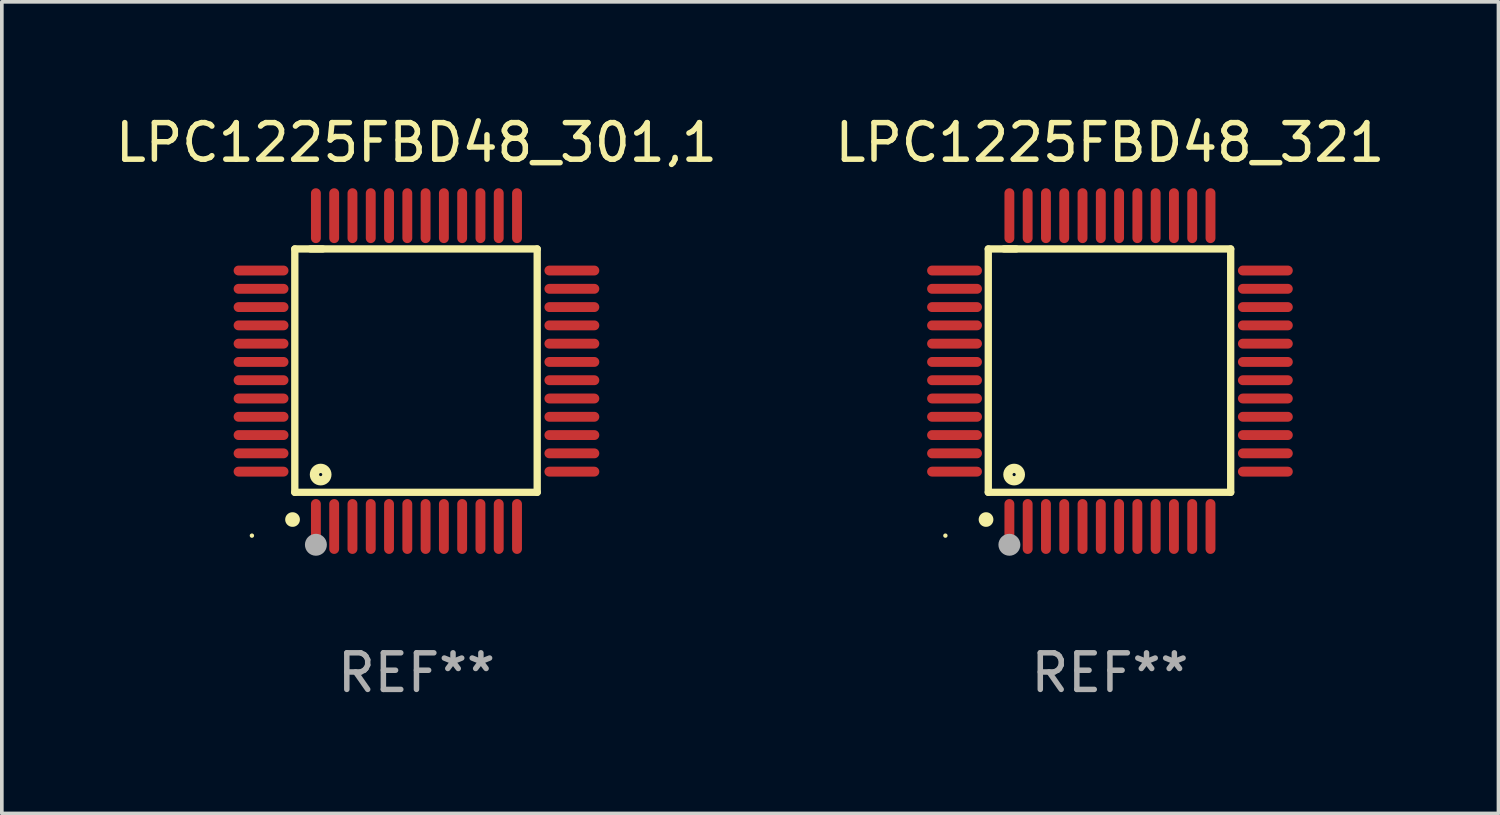
<source format=kicad_pcb>
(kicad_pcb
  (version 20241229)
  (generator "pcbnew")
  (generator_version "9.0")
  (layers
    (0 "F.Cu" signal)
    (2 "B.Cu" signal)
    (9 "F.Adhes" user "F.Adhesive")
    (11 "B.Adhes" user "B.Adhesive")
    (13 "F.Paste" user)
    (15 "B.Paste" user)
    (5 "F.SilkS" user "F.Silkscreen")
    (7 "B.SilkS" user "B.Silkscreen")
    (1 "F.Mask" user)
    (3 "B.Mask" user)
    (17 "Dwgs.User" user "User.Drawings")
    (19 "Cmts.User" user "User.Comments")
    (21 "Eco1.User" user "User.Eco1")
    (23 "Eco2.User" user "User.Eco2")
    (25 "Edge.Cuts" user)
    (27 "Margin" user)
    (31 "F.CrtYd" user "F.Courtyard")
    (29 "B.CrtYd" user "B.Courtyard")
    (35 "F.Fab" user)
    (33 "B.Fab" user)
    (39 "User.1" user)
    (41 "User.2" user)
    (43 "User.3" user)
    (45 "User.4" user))
  (footprint "LPC1225FBD48_321"
    (layer "F.Cu")
    (at 27.304 7.098)
    (property "Reference" "LPC1225FBD48_321" (at 0 -6.25 0) (layer "F.SilkS") (effects (font (size 1 1) (thickness 0.15))))
    (attr through_hole)
    (fp_line (start -3.327 -3.34) (end -2.565 -3.34) (stroke (width 0.2) (type solid)) (layer "F.SilkS"))
    (fp_line (start -3.327 3.315) (end -3.327 -3.34) (stroke (width 0.2) (type solid)) (layer "F.SilkS"))
    (fp_line (start -2.896 -3.34) (end 3.302 -3.34) (stroke (width 0.2) (type solid)) (layer "F.SilkS"))
    (fp_line (start 3.302 -3.34) (end 3.302 3.315) (stroke (width 0.2) (type solid)) (layer "F.SilkS"))
    (fp_line (start 3.302 3.315) (end -3.327 3.315) (stroke (width 0.2) (type solid)) (layer "F.SilkS"))
    (fp_arc (start -3.389992 4.059995) (mid -3.388722 4.059991) (end -3.387452 4.059995) (stroke (width 0.4) (type solid)) (layer "F.SilkS"))
    (fp_circle (center -4.5 4.5) (end -4.47 4.5) (stroke (width 0.06) (type solid)) (fill no) (layer "F.SilkS"))
    (fp_circle (center -2.62 2.83) (end -2.45 2.83) (stroke (width 0.254) (type solid)) (fill no) (layer "F.SilkS"))
    (fp_circle (center -2.75 4.75) (end -2.6 4.75) (stroke (width 0.3) (type solid)) (fill no) (layer "F.Fab"))
    (fp_text user "REF**" (at 0 8.25 0) (layer "F.Fab") (effects (font (size 1 1) (thickness 0.15))))
    (pad "1" smd oval (at -2.75 4.25) (size 0.27 1.5) (layers "F.Cu" "F.Mask" "F.Paste"))
    (pad "2" smd oval (at -2.25 4.25) (size 0.27 1.5) (layers "F.Cu" "F.Mask" "F.Paste"))
    (pad "3" smd oval (at -1.75 4.25) (size 0.27 1.5) (layers "F.Cu" "F.Mask" "F.Paste"))
    (pad "4" smd oval (at -1.25 4.25) (size 0.27 1.5) (layers "F.Cu" "F.Mask" "F.Paste"))
    (pad "5" smd oval (at -0.75 4.25) (size 0.27 1.5) (layers "F.Cu" "F.Mask" "F.Paste"))
    (pad "6" smd oval (at -0.25 4.25) (size 0.27 1.5) (layers "F.Cu" "F.Mask" "F.Paste"))
    (pad "7" smd oval (at 0.25 4.25) (size 0.27 1.5) (layers "F.Cu" "F.Mask" "F.Paste"))
    (pad "8" smd oval (at 0.75 4.25) (size 0.27 1.5) (layers "F.Cu" "F.Mask" "F.Paste"))
    (pad "9" smd oval (at 1.25 4.25) (size 0.27 1.5) (layers "F.Cu" "F.Mask" "F.Paste"))
    (pad "10" smd oval (at 1.75 4.25) (size 0.27 1.5) (layers "F.Cu" "F.Mask" "F.Paste"))
    (pad "11" smd oval (at 2.25 4.25) (size 0.27 1.5) (layers "F.Cu" "F.Mask" "F.Paste"))
    (pad "12" smd oval (at 2.75 4.25) (size 0.27 1.5) (layers "F.Cu" "F.Mask" "F.Paste"))
    (pad "13" smd oval (at 4.25 2.75) (size 1.5 0.27) (layers "F.Cu" "F.Mask" "F.Paste"))
    (pad "14" smd oval (at 4.25 2.25) (size 1.5 0.27) (layers "F.Cu" "F.Mask" "F.Paste"))
    (pad "15" smd oval (at 4.25 1.75) (size 1.5 0.27) (layers "F.Cu" "F.Mask" "F.Paste"))
    (pad "16" smd oval (at 4.25 1.25) (size 1.5 0.27) (layers "F.Cu" "F.Mask" "F.Paste"))
    (pad "17" smd oval (at 4.25 0.75) (size 1.5 0.27) (layers "F.Cu" "F.Mask" "F.Paste"))
    (pad "18" smd oval (at 4.25 0.25) (size 1.5 0.27) (layers "F.Cu" "F.Mask" "F.Paste"))
    (pad "19" smd oval (at 4.25 -0.25) (size 1.5 0.27) (layers "F.Cu" "F.Mask" "F.Paste"))
    (pad "20" smd oval (at 4.25 -0.75) (size 1.5 0.27) (layers "F.Cu" "F.Mask" "F.Paste"))
    (pad "21" smd oval (at 4.25 -1.25) (size 1.5 0.27) (layers "F.Cu" "F.Mask" "F.Paste"))
    (pad "22" smd oval (at 4.25 -1.75) (size 1.5 0.27) (layers "F.Cu" "F.Mask" "F.Paste"))
    (pad "23" smd oval (at 4.25 -2.25) (size 1.5 0.27) (layers "F.Cu" "F.Mask" "F.Paste"))
    (pad "24" smd oval (at 4.25 -2.75) (size 1.5 0.27) (layers "F.Cu" "F.Mask" "F.Paste"))
    (pad "25" smd oval (at 2.75 -4.25) (size 0.27 1.5) (layers "F.Cu" "F.Mask" "F.Paste"))
    (pad "26" smd oval (at 2.25 -4.25) (size 0.27 1.5) (layers "F.Cu" "F.Mask" "F.Paste"))
    (pad "27" smd oval (at 1.75 -4.25) (size 0.27 1.5) (layers "F.Cu" "F.Mask" "F.Paste"))
    (pad "28" smd oval (at 1.25 -4.25) (size 0.27 1.5) (layers "F.Cu" "F.Mask" "F.Paste"))
    (pad "29" smd oval (at 0.75 -4.25) (size 0.27 1.5) (layers "F.Cu" "F.Mask" "F.Paste"))
    (pad "30" smd oval (at 0.25 -4.25) (size 0.27 1.5) (layers "F.Cu" "F.Mask" "F.Paste"))
    (pad "31" smd oval (at -0.25 -4.25) (size 0.27 1.5) (layers "F.Cu" "F.Mask" "F.Paste"))
    (pad "32" smd oval (at -0.75 -4.25) (size 0.27 1.5) (layers "F.Cu" "F.Mask" "F.Paste"))
    (pad "33" smd oval (at -1.25 -4.25) (size 0.27 1.5) (layers "F.Cu" "F.Mask" "F.Paste"))
    (pad "34" smd oval (at -1.75 -4.25) (size 0.27 1.5) (layers "F.Cu" "F.Mask" "F.Paste"))
    (pad "35" smd oval (at -2.25 -4.25) (size 0.27 1.5) (layers "F.Cu" "F.Mask" "F.Paste"))
    (pad "36" smd oval (at -2.75 -4.25) (size 0.27 1.5) (layers "F.Cu" "F.Mask" "F.Paste"))
    (pad "37" smd oval (at -4.25 -2.75) (size 1.5 0.27) (layers "F.Cu" "F.Mask" "F.Paste"))
    (pad "38" smd oval (at -4.25 -2.25) (size 1.5 0.27) (layers "F.Cu" "F.Mask" "F.Paste"))
    (pad "39" smd oval (at -4.25 -1.75) (size 1.5 0.27) (layers "F.Cu" "F.Mask" "F.Paste"))
    (pad "40" smd oval (at -4.25 -1.25) (size 1.5 0.27) (layers "F.Cu" "F.Mask" "F.Paste"))
    (pad "41" smd oval (at -4.25 -0.75) (size 1.5 0.27) (layers "F.Cu" "F.Mask" "F.Paste"))
    (pad "42" smd oval (at -4.25 -0.25) (size 1.5 0.27) (layers "F.Cu" "F.Mask" "F.Paste"))
    (pad "43" smd oval (at -4.25 0.25) (size 1.5 0.27) (layers "F.Cu" "F.Mask" "F.Paste"))
    (pad "44" smd oval (at -4.25 0.75) (size 1.5 0.27) (layers "F.Cu" "F.Mask" "F.Paste"))
    (pad "45" smd oval (at -4.25 1.25) (size 1.5 0.27) (layers "F.Cu" "F.Mask" "F.Paste"))
    (pad "46" smd oval (at -4.25 1.75) (size 1.5 0.27) (layers "F.Cu" "F.Mask" "F.Paste"))
    (pad "47" smd oval (at -4.25 2.25) (size 1.5 0.27) (layers "F.Cu" "F.Mask" "F.Paste"))
    (pad "48" smd oval (at -4.25 2.75) (size 1.5 0.27) (layers "F.Cu" "F.Mask" "F.Paste")))
  (footprint "LPC1225FBD48_301,1"
    (layer "F.Cu")
    (at 8.339 7.098)
    (property "Reference" "LPC1225FBD48_301,1" (at 0 -6.25 0) (layer "F.SilkS") (effects (font (size 1 1) (thickness 0.15))))
    (attr through_hole)
    (fp_line (start -3.327 -3.34) (end -2.565 -3.34) (stroke (width 0.2) (type solid)) (layer "F.SilkS"))
    (fp_line (start -3.327 3.315) (end -3.327 -3.34) (stroke (width 0.2) (type solid)) (layer "F.SilkS"))
    (fp_line (start -2.896 -3.34) (end 3.302 -3.34) (stroke (width 0.2) (type solid)) (layer "F.SilkS"))
    (fp_line (start 3.302 -3.34) (end 3.302 3.315) (stroke (width 0.2) (type solid)) (layer "F.SilkS"))
    (fp_line (start 3.302 3.315) (end -3.327 3.315) (stroke (width 0.2) (type solid)) (layer "F.SilkS"))
    (fp_arc (start -3.389992 4.059995) (mid -3.388722 4.059991) (end -3.387452 4.059995) (stroke (width 0.4) (type solid)) (layer "F.SilkS"))
    (fp_circle (center -4.5 4.5) (end -4.47 4.5) (stroke (width 0.06) (type solid)) (fill no) (layer "F.SilkS"))
    (fp_circle (center -2.62 2.83) (end -2.45 2.83) (stroke (width 0.254) (type solid)) (fill no) (layer "F.SilkS"))
    (fp_circle (center -2.75 4.75) (end -2.6 4.75) (stroke (width 0.3) (type solid)) (fill no) (layer "F.Fab"))
    (fp_text user "REF**" (at 0 8.25 0) (layer "F.Fab") (effects (font (size 1 1) (thickness 0.15))))
    (pad "1" smd oval (at -2.75 4.25) (size 0.27 1.5) (layers "F.Cu" "F.Mask" "F.Paste"))
    (pad "2" smd oval (at -2.25 4.25) (size 0.27 1.5) (layers "F.Cu" "F.Mask" "F.Paste"))
    (pad "3" smd oval (at -1.75 4.25) (size 0.27 1.5) (layers "F.Cu" "F.Mask" "F.Paste"))
    (pad "4" smd oval (at -1.25 4.25) (size 0.27 1.5) (layers "F.Cu" "F.Mask" "F.Paste"))
    (pad "5" smd oval (at -0.75 4.25) (size 0.27 1.5) (layers "F.Cu" "F.Mask" "F.Paste"))
    (pad "6" smd oval (at -0.25 4.25) (size 0.27 1.5) (layers "F.Cu" "F.Mask" "F.Paste"))
    (pad "7" smd oval (at 0.25 4.25) (size 0.27 1.5) (layers "F.Cu" "F.Mask" "F.Paste"))
    (pad "8" smd oval (at 0.75 4.25) (size 0.27 1.5) (layers "F.Cu" "F.Mask" "F.Paste"))
    (pad "9" smd oval (at 1.25 4.25) (size 0.27 1.5) (layers "F.Cu" "F.Mask" "F.Paste"))
    (pad "10" smd oval (at 1.75 4.25) (size 0.27 1.5) (layers "F.Cu" "F.Mask" "F.Paste"))
    (pad "11" smd oval (at 2.25 4.25) (size 0.27 1.5) (layers "F.Cu" "F.Mask" "F.Paste"))
    (pad "12" smd oval (at 2.75 4.25) (size 0.27 1.5) (layers "F.Cu" "F.Mask" "F.Paste"))
    (pad "13" smd oval (at 4.25 2.75) (size 1.5 0.27) (layers "F.Cu" "F.Mask" "F.Paste"))
    (pad "14" smd oval (at 4.25 2.25) (size 1.5 0.27) (layers "F.Cu" "F.Mask" "F.Paste"))
    (pad "15" smd oval (at 4.25 1.75) (size 1.5 0.27) (layers "F.Cu" "F.Mask" "F.Paste"))
    (pad "16" smd oval (at 4.25 1.25) (size 1.5 0.27) (layers "F.Cu" "F.Mask" "F.Paste"))
    (pad "17" smd oval (at 4.25 0.75) (size 1.5 0.27) (layers "F.Cu" "F.Mask" "F.Paste"))
    (pad "18" smd oval (at 4.25 0.25) (size 1.5 0.27) (layers "F.Cu" "F.Mask" "F.Paste"))
    (pad "19" smd oval (at 4.25 -0.25) (size 1.5 0.27) (layers "F.Cu" "F.Mask" "F.Paste"))
    (pad "20" smd oval (at 4.25 -0.75) (size 1.5 0.27) (layers "F.Cu" "F.Mask" "F.Paste"))
    (pad "21" smd oval (at 4.25 -1.25) (size 1.5 0.27) (layers "F.Cu" "F.Mask" "F.Paste"))
    (pad "22" smd oval (at 4.25 -1.75) (size 1.5 0.27) (layers "F.Cu" "F.Mask" "F.Paste"))
    (pad "23" smd oval (at 4.25 -2.25) (size 1.5 0.27) (layers "F.Cu" "F.Mask" "F.Paste"))
    (pad "24" smd oval (at 4.25 -2.75) (size 1.5 0.27) (layers "F.Cu" "F.Mask" "F.Paste"))
    (pad "25" smd oval (at 2.75 -4.25) (size 0.27 1.5) (layers "F.Cu" "F.Mask" "F.Paste"))
    (pad "26" smd oval (at 2.25 -4.25) (size 0.27 1.5) (layers "F.Cu" "F.Mask" "F.Paste"))
    (pad "27" smd oval (at 1.75 -4.25) (size 0.27 1.5) (layers "F.Cu" "F.Mask" "F.Paste"))
    (pad "28" smd oval (at 1.25 -4.25) (size 0.27 1.5) (layers "F.Cu" "F.Mask" "F.Paste"))
    (pad "29" smd oval (at 0.75 -4.25) (size 0.27 1.5) (layers "F.Cu" "F.Mask" "F.Paste"))
    (pad "30" smd oval (at 0.25 -4.25) (size 0.27 1.5) (layers "F.Cu" "F.Mask" "F.Paste"))
    (pad "31" smd oval (at -0.25 -4.25) (size 0.27 1.5) (layers "F.Cu" "F.Mask" "F.Paste"))
    (pad "32" smd oval (at -0.75 -4.25) (size 0.27 1.5) (layers "F.Cu" "F.Mask" "F.Paste"))
    (pad "33" smd oval (at -1.25 -4.25) (size 0.27 1.5) (layers "F.Cu" "F.Mask" "F.Paste"))
    (pad "34" smd oval (at -1.75 -4.25) (size 0.27 1.5) (layers "F.Cu" "F.Mask" "F.Paste"))
    (pad "35" smd oval (at -2.25 -4.25) (size 0.27 1.5) (layers "F.Cu" "F.Mask" "F.Paste"))
    (pad "36" smd oval (at -2.75 -4.25) (size 0.27 1.5) (layers "F.Cu" "F.Mask" "F.Paste"))
    (pad "37" smd oval (at -4.25 -2.75) (size 1.5 0.27) (layers "F.Cu" "F.Mask" "F.Paste"))
    (pad "38" smd oval (at -4.25 -2.25) (size 1.5 0.27) (layers "F.Cu" "F.Mask" "F.Paste"))
    (pad "39" smd oval (at -4.25 -1.75) (size 1.5 0.27) (layers "F.Cu" "F.Mask" "F.Paste"))
    (pad "40" smd oval (at -4.25 -1.25) (size 1.5 0.27) (layers "F.Cu" "F.Mask" "F.Paste"))
    (pad "41" smd oval (at -4.25 -0.75) (size 1.5 0.27) (layers "F.Cu" "F.Mask" "F.Paste"))
    (pad "42" smd oval (at -4.25 -0.25) (size 1.5 0.27) (layers "F.Cu" "F.Mask" "F.Paste"))
    (pad "43" smd oval (at -4.25 0.25) (size 1.5 0.27) (layers "F.Cu" "F.Mask" "F.Paste"))
    (pad "44" smd oval (at -4.25 0.75) (size 1.5 0.27) (layers "F.Cu" "F.Mask" "F.Paste"))
    (pad "45" smd oval (at -4.25 1.25) (size 1.5 0.27) (layers "F.Cu" "F.Mask" "F.Paste"))
    (pad "46" smd oval (at -4.25 1.75) (size 1.5 0.27) (layers "F.Cu" "F.Mask" "F.Paste"))
    (pad "47" smd oval (at -4.25 2.25) (size 1.5 0.27) (layers "F.Cu" "F.Mask" "F.Paste"))
    (pad "48" smd oval (at -4.25 2.75) (size 1.5 0.27) (layers "F.Cu" "F.Mask" "F.Paste")))
  (gr_rect
    (start -3 -3)
    (end 37.929 19.196)
    (stroke (width 0.1) (type default))
    (fill no)
    (layer "Edge.Cuts")))
</source>
